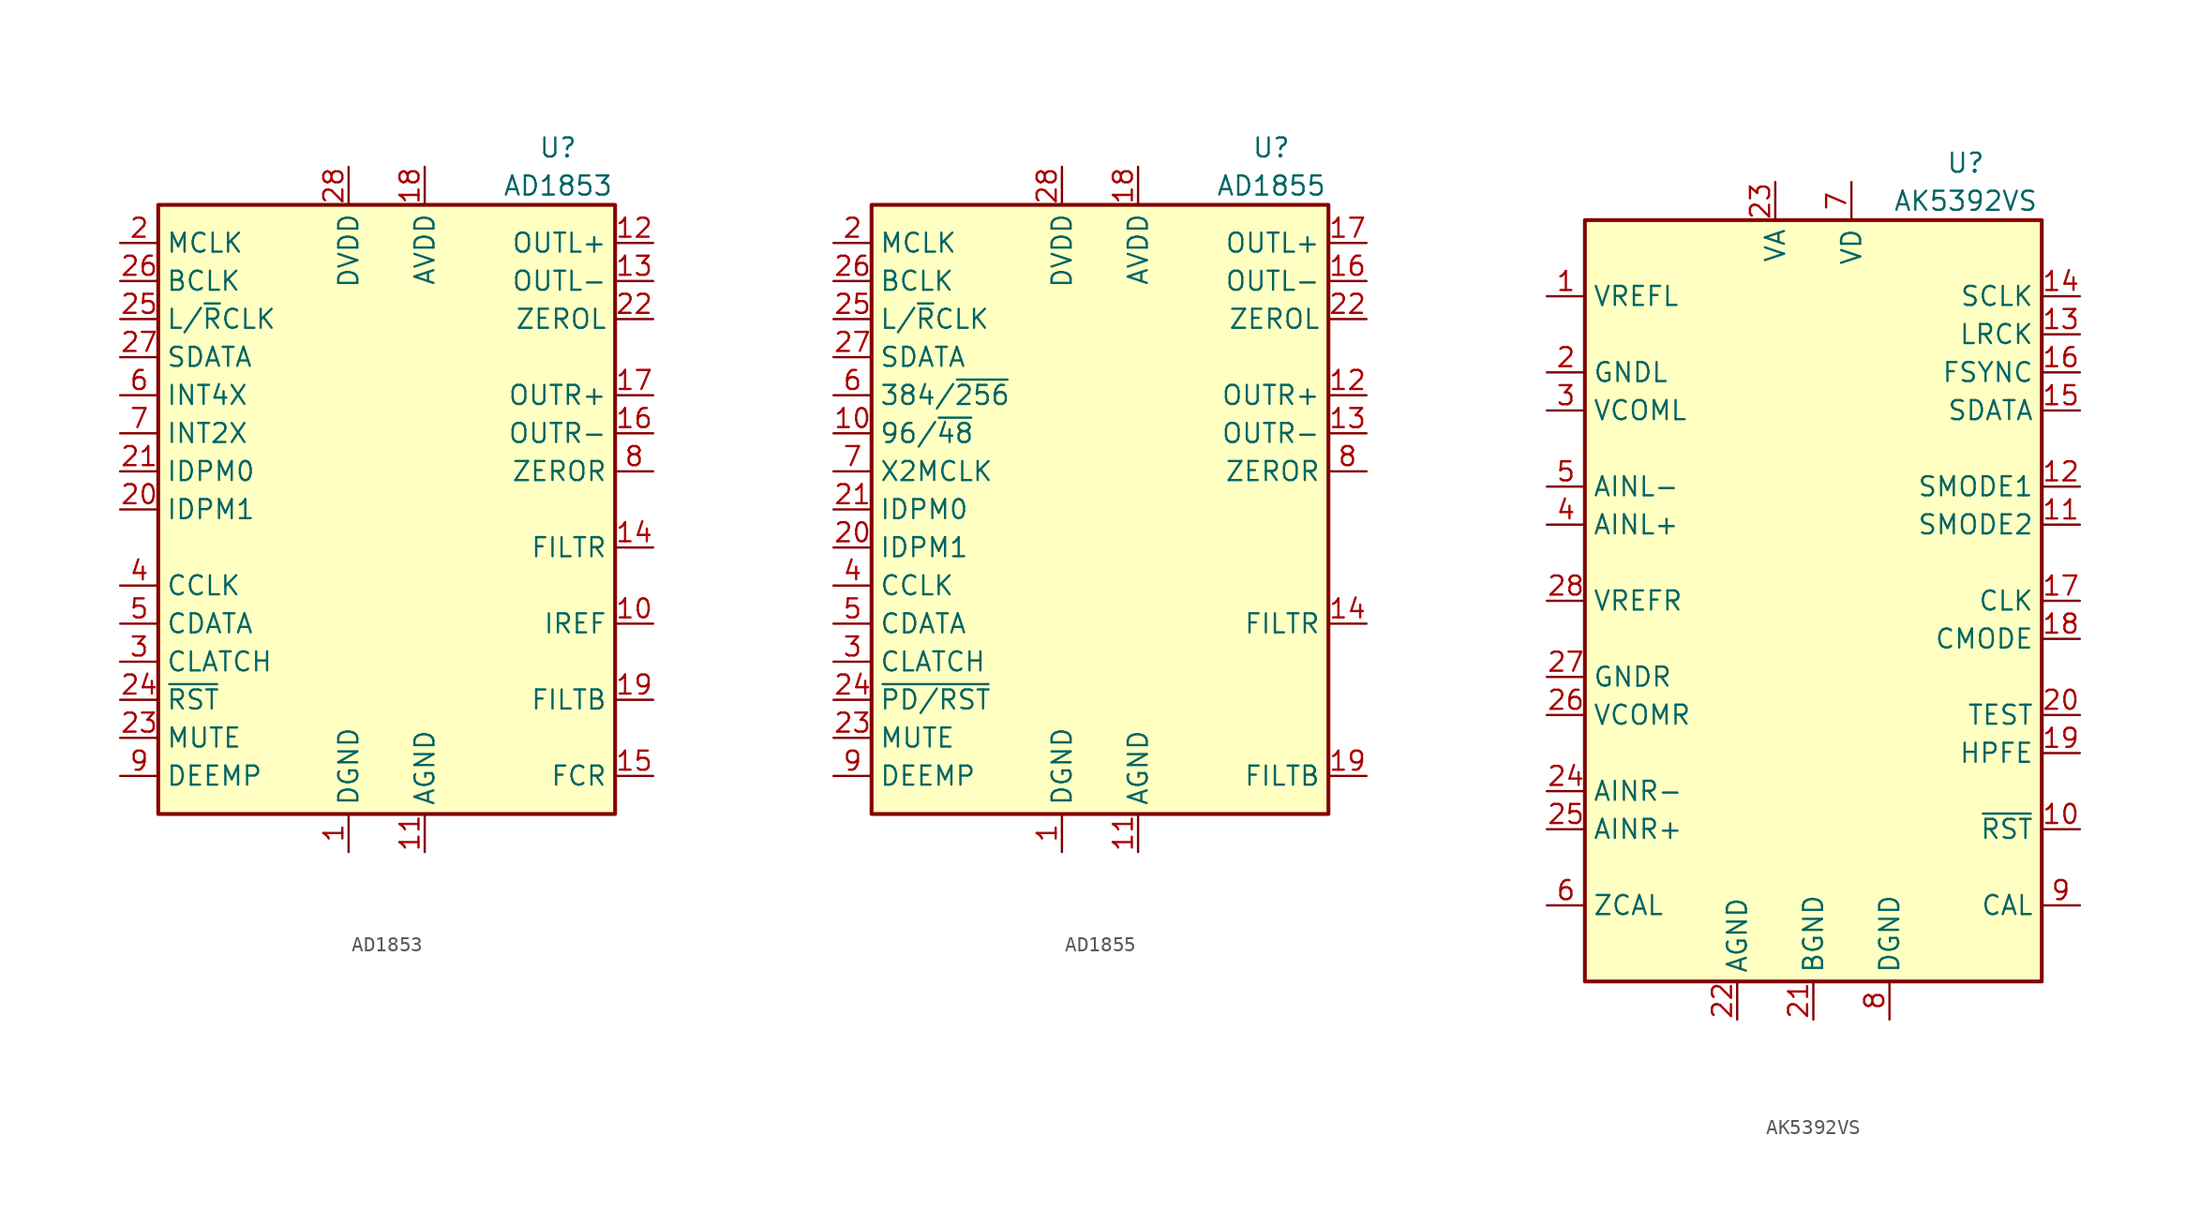
<source format=kicad_sym>
(kicad_symbol_lib
  (version 20231120)
  (generator "kicad_symbol_editor")
  (generator_version "8.0")
  (symbol "AD1853"
    (property "Reference" "U"
      (at 11.43 24.13 0)
      (effects (font (size 1.27 1.27))))
    (property "Value" "AD1853"
      (at 11.43 21.59 0)
      (effects (font (size 1.27 1.27))))
    (symbol "AD1853_0_1"
      (rectangle (start -15.24 20.32) (end 15.24 -20.32) (stroke (width 0.254) (type solid)) (fill (type background))))
    (symbol "AD1853_1_1"
      (pin power_in line (at -2.54 -22.86 90) (length 2.54) (name "DGND" (effects (font (size 1.27 1.27)))) (number "1" (effects (font (size 1.27 1.27)))))
      (pin passive line (at 17.78 -7.62 180) (length 2.54) (name "IREF" (effects (font (size 1.27 1.27)))) (number "10" (effects (font (size 1.27 1.27)))))
      (pin power_in line (at 2.54 -22.86 90) (length 2.54) (name "AGND" (effects (font (size 1.27 1.27)))) (number "11" (effects (font (size 1.27 1.27)))))
      (pin output line (at 17.78 17.78 180) (length 2.54) (name "OUTL+" (effects (font (size 1.27 1.27)))) (number "12" (effects (font (size 1.27 1.27)))))
      (pin output line (at 17.78 15.24 180) (length 2.54) (name "OUTL-" (effects (font (size 1.27 1.27)))) (number "13" (effects (font (size 1.27 1.27)))))
      (pin output line (at 17.78 -2.54 180) (length 2.54) (name "FILTR" (effects (font (size 1.27 1.27)))) (number "14" (effects (font (size 1.27 1.27)))))
      (pin output line (at 17.78 -17.78 180) (length 2.54) (name "FCR" (effects (font (size 1.27 1.27)))) (number "15" (effects (font (size 1.27 1.27)))))
      (pin output line (at 17.78 5.08 180) (length 2.54) (name "OUTR-" (effects (font (size 1.27 1.27)))) (number "16" (effects (font (size 1.27 1.27)))))
      (pin output line (at 17.78 7.62 180) (length 2.54) (name "OUTR+" (effects (font (size 1.27 1.27)))) (number "17" (effects (font (size 1.27 1.27)))))
      (pin power_in line (at 2.54 22.86 270) (length 2.54) (name "AVDD" (effects (font (size 1.27 1.27)))) (number "18" (effects (font (size 1.27 1.27)))))
      (pin output line (at 17.78 -12.7 180) (length 2.54) (name "FILTB" (effects (font (size 1.27 1.27)))) (number "19" (effects (font (size 1.27 1.27)))))
      (pin input line (at -17.78 17.78 0) (length 2.54) (name "MCLK" (effects (font (size 1.27 1.27)))) (number "2" (effects (font (size 1.27 1.27)))))
      (pin input line (at -17.78 0 0) (length 2.54) (name "IDPM1" (effects (font (size 1.27 1.27)))) (number "20" (effects (font (size 1.27 1.27)))))
      (pin input line (at -17.78 2.54 0) (length 2.54) (name "IDPM0" (effects (font (size 1.27 1.27)))) (number "21" (effects (font (size 1.27 1.27)))))
      (pin output line (at 17.78 12.7 180) (length 2.54) (name "ZEROL" (effects (font (size 1.27 1.27)))) (number "22" (effects (font (size 1.27 1.27)))))
      (pin input line (at -17.78 -15.24 0) (length 2.54) (name "MUTE" (effects (font (size 1.27 1.27)))) (number "23" (effects (font (size 1.27 1.27)))))
      (pin input line (at -17.78 -12.7 0) (length 2.54) (name "~{RST}" (effects (font (size 1.27 1.27)))) (number "24" (effects (font (size 1.27 1.27)))))
      (pin input line (at -17.78 12.7 0) (length 2.54) (name "L/~{R}CLK" (effects (font (size 1.27 1.27)))) (number "25" (effects (font (size 1.27 1.27)))))
      (pin input line (at -17.78 15.24 0) (length 2.54) (name "BCLK" (effects (font (size 1.27 1.27)))) (number "26" (effects (font (size 1.27 1.27)))))
      (pin input line (at -17.78 10.16 0) (length 2.54) (name "SDATA" (effects (font (size 1.27 1.27)))) (number "27" (effects (font (size 1.27 1.27)))))
      (pin power_in line (at -2.54 22.86 270) (length 2.54) (name "DVDD" (effects (font (size 1.27 1.27)))) (number "28" (effects (font (size 1.27 1.27)))))
      (pin input line (at -17.78 -10.16 0) (length 2.54) (name "CLATCH" (effects (font (size 1.27 1.27)))) (number "3" (effects (font (size 1.27 1.27)))))
      (pin input line (at -17.78 -5.08 0) (length 2.54) (name "CCLK" (effects (font (size 1.27 1.27)))) (number "4" (effects (font (size 1.27 1.27)))))
      (pin input line (at -17.78 -7.62 0) (length 2.54) (name "CDATA" (effects (font (size 1.27 1.27)))) (number "5" (effects (font (size 1.27 1.27)))))
      (pin input line (at -17.78 7.62 0) (length 2.54) (name "INT4X" (effects (font (size 1.27 1.27)))) (number "6" (effects (font (size 1.27 1.27)))))
      (pin input line (at -17.78 5.08 0) (length 2.54) (name "INT2X" (effects (font (size 1.27 1.27)))) (number "7" (effects (font (size 1.27 1.27)))))
      (pin output line (at 17.78 2.54 180) (length 2.54) (name "ZEROR" (effects (font (size 1.27 1.27)))) (number "8" (effects (font (size 1.27 1.27)))))
      (pin input line (at -17.78 -17.78 0) (length 2.54) (name "DEEMP" (effects (font (size 1.27 1.27)))) (number "9" (effects (font (size 1.27 1.27)))))))
  (symbol "AD1855"
    (property "Reference" "U"
      (at 11.43 24.13 0)
      (effects (font (size 1.27 1.27))))
    (property "Value" "AD1855"
      (at 11.43 21.59 0)
      (effects (font (size 1.27 1.27))))
    (symbol "AD1855_0_1"
      (rectangle (start -15.24 20.32) (end 15.24 -20.32) (stroke (width 0.254) (type solid)) (fill (type background))))
    (symbol "AD1855_1_1"
      (pin power_in line (at -2.54 -22.86 90) (length 2.54) (name "DGND" (effects (font (size 1.27 1.27)))) (number "1" (effects (font (size 1.27 1.27)))))
      (pin input line (at -17.78 5.08 0) (length 2.54) (name "96/~{48}" (effects (font (size 1.27 1.27)))) (number "10" (effects (font (size 1.27 1.27)))))
      (pin power_in line (at 2.54 -22.86 90) (length 2.54) (name "AGND" (effects (font (size 1.27 1.27)))) (number "11" (effects (font (size 1.27 1.27)))))
      (pin output line (at 17.78 7.62 180) (length 2.54) (name "OUTR+" (effects (font (size 1.27 1.27)))) (number "12" (effects (font (size 1.27 1.27)))))
      (pin output line (at 17.78 5.08 180) (length 2.54) (name "OUTR-" (effects (font (size 1.27 1.27)))) (number "13" (effects (font (size 1.27 1.27)))))
      (pin output line (at 17.78 -7.62 180) (length 2.54) (name "FILTR" (effects (font (size 1.27 1.27)))) (number "14" (effects (font (size 1.27 1.27)))))
      (pin passive line (at 2.54 -22.86 90) (length 2.54) hide (name "AGND" (effects (font (size 1.27 1.27)))) (number "15" (effects (font (size 1.27 1.27)))))
      (pin output line (at 17.78 15.24 180) (length 2.54) (name "OUTL-" (effects (font (size 1.27 1.27)))) (number "16" (effects (font (size 1.27 1.27)))))
      (pin output line (at 17.78 17.78 180) (length 2.54) (name "OUTL+" (effects (font (size 1.27 1.27)))) (number "17" (effects (font (size 1.27 1.27)))))
      (pin power_in line (at 2.54 22.86 270) (length 2.54) (name "AVDD" (effects (font (size 1.27 1.27)))) (number "18" (effects (font (size 1.27 1.27)))))
      (pin output line (at 17.78 -17.78 180) (length 2.54) (name "FILTB" (effects (font (size 1.27 1.27)))) (number "19" (effects (font (size 1.27 1.27)))))
      (pin input line (at -17.78 17.78 0) (length 2.54) (name "MCLK" (effects (font (size 1.27 1.27)))) (number "2" (effects (font (size 1.27 1.27)))))
      (pin input line (at -17.78 -2.54 0) (length 2.54) (name "IDPM1" (effects (font (size 1.27 1.27)))) (number "20" (effects (font (size 1.27 1.27)))))
      (pin input line (at -17.78 0 0) (length 2.54) (name "IDPM0" (effects (font (size 1.27 1.27)))) (number "21" (effects (font (size 1.27 1.27)))))
      (pin output line (at 17.78 12.7 180) (length 2.54) (name "ZEROL" (effects (font (size 1.27 1.27)))) (number "22" (effects (font (size 1.27 1.27)))))
      (pin input line (at -17.78 -15.24 0) (length 2.54) (name "MUTE" (effects (font (size 1.27 1.27)))) (number "23" (effects (font (size 1.27 1.27)))))
      (pin input line (at -17.78 -12.7 0) (length 2.54) (name "~{PD/RST}" (effects (font (size 1.27 1.27)))) (number "24" (effects (font (size 1.27 1.27)))))
      (pin input line (at -17.78 12.7 0) (length 2.54) (name "L/~{R}CLK" (effects (font (size 1.27 1.27)))) (number "25" (effects (font (size 1.27 1.27)))))
      (pin input line (at -17.78 15.24 0) (length 2.54) (name "BCLK" (effects (font (size 1.27 1.27)))) (number "26" (effects (font (size 1.27 1.27)))))
      (pin input line (at -17.78 10.16 0) (length 2.54) (name "SDATA" (effects (font (size 1.27 1.27)))) (number "27" (effects (font (size 1.27 1.27)))))
      (pin power_in line (at -2.54 22.86 270) (length 2.54) (name "DVDD" (effects (font (size 1.27 1.27)))) (number "28" (effects (font (size 1.27 1.27)))))
      (pin input line (at -17.78 -10.16 0) (length 2.54) (name "CLATCH" (effects (font (size 1.27 1.27)))) (number "3" (effects (font (size 1.27 1.27)))))
      (pin input line (at -17.78 -5.08 0) (length 2.54) (name "CCLK" (effects (font (size 1.27 1.27)))) (number "4" (effects (font (size 1.27 1.27)))))
      (pin input line (at -17.78 -7.62 0) (length 2.54) (name "CDATA" (effects (font (size 1.27 1.27)))) (number "5" (effects (font (size 1.27 1.27)))))
      (pin input line (at -17.78 7.62 0) (length 2.54) (name "384/~{256}" (effects (font (size 1.27 1.27)))) (number "6" (effects (font (size 1.27 1.27)))))
      (pin input line (at -17.78 2.54 0) (length 2.54) (name "X2MCLK" (effects (font (size 1.27 1.27)))) (number "7" (effects (font (size 1.27 1.27)))))
      (pin output line (at 17.78 2.54 180) (length 2.54) (name "ZEROR" (effects (font (size 1.27 1.27)))) (number "8" (effects (font (size 1.27 1.27)))))
      (pin input line (at -17.78 -17.78 0) (length 2.54) (name "DEEMP" (effects (font (size 1.27 1.27)))) (number "9" (effects (font (size 1.27 1.27)))))))
  (symbol "AK5392VS"
    (property "Reference" "U"
      (at 10.16 29.21 0)
      (effects (font (size 1.27 1.27))))
    (property "Value" "AK5392VS"
      (at 10.16 26.67 0)
      (effects (font (size 1.27 1.27))))
    (symbol "AK5392VS_0_1"
      (rectangle (start -15.24 25.4) (end 15.24 -25.4) (stroke (width 0.254) (type solid)) (fill (type background))))
    (symbol "AK5392VS_1_1"
      (pin output line (at -17.78 20.32 0) (length 2.54) (name "VREFL" (effects (font (size 1.27 1.27)))) (number "1" (effects (font (size 1.27 1.27)))))
      (pin input line (at 17.78 -15.24 180) (length 2.54) (name "~{RST}" (effects (font (size 1.27 1.27)))) (number "10" (effects (font (size 1.27 1.27)))))
      (pin input line (at 17.78 5.08 180) (length 2.54) (name "SMODE2" (effects (font (size 1.27 1.27)))) (number "11" (effects (font (size 1.27 1.27)))))
      (pin input line (at 17.78 7.62 180) (length 2.54) (name "SMODE1" (effects (font (size 1.27 1.27)))) (number "12" (effects (font (size 1.27 1.27)))))
      (pin bidirectional line (at 17.78 17.78 180) (length 2.54) (name "LRCK" (effects (font (size 1.27 1.27)))) (number "13" (effects (font (size 1.27 1.27)))))
      (pin bidirectional line (at 17.78 20.32 180) (length 2.54) (name "SCLK" (effects (font (size 1.27 1.27)))) (number "14" (effects (font (size 1.27 1.27)))))
      (pin output line (at 17.78 12.7 180) (length 2.54) (name "SDATA" (effects (font (size 1.27 1.27)))) (number "15" (effects (font (size 1.27 1.27)))))
      (pin bidirectional line (at 17.78 15.24 180) (length 2.54) (name "FSYNC" (effects (font (size 1.27 1.27)))) (number "16" (effects (font (size 1.27 1.27)))))
      (pin input line (at 17.78 0 180) (length 2.54) (name "CLK" (effects (font (size 1.27 1.27)))) (number "17" (effects (font (size 1.27 1.27)))))
      (pin input line (at 17.78 -2.54 180) (length 2.54) (name "CMODE" (effects (font (size 1.27 1.27)))) (number "18" (effects (font (size 1.27 1.27)))))
      (pin input line (at 17.78 -10.16 180) (length 2.54) (name "HPFE" (effects (font (size 1.27 1.27)))) (number "19" (effects (font (size 1.27 1.27)))))
      (pin power_in line (at -17.78 15.24 0) (length 2.54) (name "GNDL" (effects (font (size 1.27 1.27)))) (number "2" (effects (font (size 1.27 1.27)))))
      (pin input line (at 17.78 -7.62 180) (length 2.54) (name "TEST" (effects (font (size 1.27 1.27)))) (number "20" (effects (font (size 1.27 1.27)))))
      (pin power_in line (at 0 -27.94 90) (length 2.54) (name "BGND" (effects (font (size 1.27 1.27)))) (number "21" (effects (font (size 1.27 1.27)))))
      (pin power_in line (at -5.08 -27.94 90) (length 2.54) (name "AGND" (effects (font (size 1.27 1.27)))) (number "22" (effects (font (size 1.27 1.27)))))
      (pin power_in line (at -2.54 27.94 270) (length 2.54) (name "VA" (effects (font (size 1.27 1.27)))) (number "23" (effects (font (size 1.27 1.27)))))
      (pin input line (at -17.78 -12.7 0) (length 2.54) (name "AINR-" (effects (font (size 1.27 1.27)))) (number "24" (effects (font (size 1.27 1.27)))))
      (pin input line (at -17.78 -15.24 0) (length 2.54) (name "AINR+" (effects (font (size 1.27 1.27)))) (number "25" (effects (font (size 1.27 1.27)))))
      (pin output line (at -17.78 -7.62 0) (length 2.54) (name "VCOMR" (effects (font (size 1.27 1.27)))) (number "26" (effects (font (size 1.27 1.27)))))
      (pin output line (at -17.78 -5.08 0) (length 2.54) (name "GNDR" (effects (font (size 1.27 1.27)))) (number "27" (effects (font (size 1.27 1.27)))))
      (pin output line (at -17.78 0 0) (length 2.54) (name "VREFR" (effects (font (size 1.27 1.27)))) (number "28" (effects (font (size 1.27 1.27)))))
      (pin output line (at -17.78 12.7 0) (length 2.54) (name "VCOML" (effects (font (size 1.27 1.27)))) (number "3" (effects (font (size 1.27 1.27)))))
      (pin input line (at -17.78 5.08 0) (length 2.54) (name "AINL+" (effects (font (size 1.27 1.27)))) (number "4" (effects (font (size 1.27 1.27)))))
      (pin input line (at -17.78 7.62 0) (length 2.54) (name "AINL-" (effects (font (size 1.27 1.27)))) (number "5" (effects (font (size 1.27 1.27)))))
      (pin input line (at -17.78 -20.32 0) (length 2.54) (name "ZCAL" (effects (font (size 1.27 1.27)))) (number "6" (effects (font (size 1.27 1.27)))))
      (pin power_in line (at 2.54 27.94 270) (length 2.54) (name "VD" (effects (font (size 1.27 1.27)))) (number "7" (effects (font (size 1.27 1.27)))))
      (pin power_in line (at 5.08 -27.94 90) (length 2.54) (name "DGND" (effects (font (size 1.27 1.27)))) (number "8" (effects (font (size 1.27 1.27)))))
      (pin output line (at 17.78 -20.32 180) (length 2.54) (name "CAL" (effects (font (size 1.27 1.27)))) (number "9" (effects (font (size 1.27 1.27))))))))
</source>
